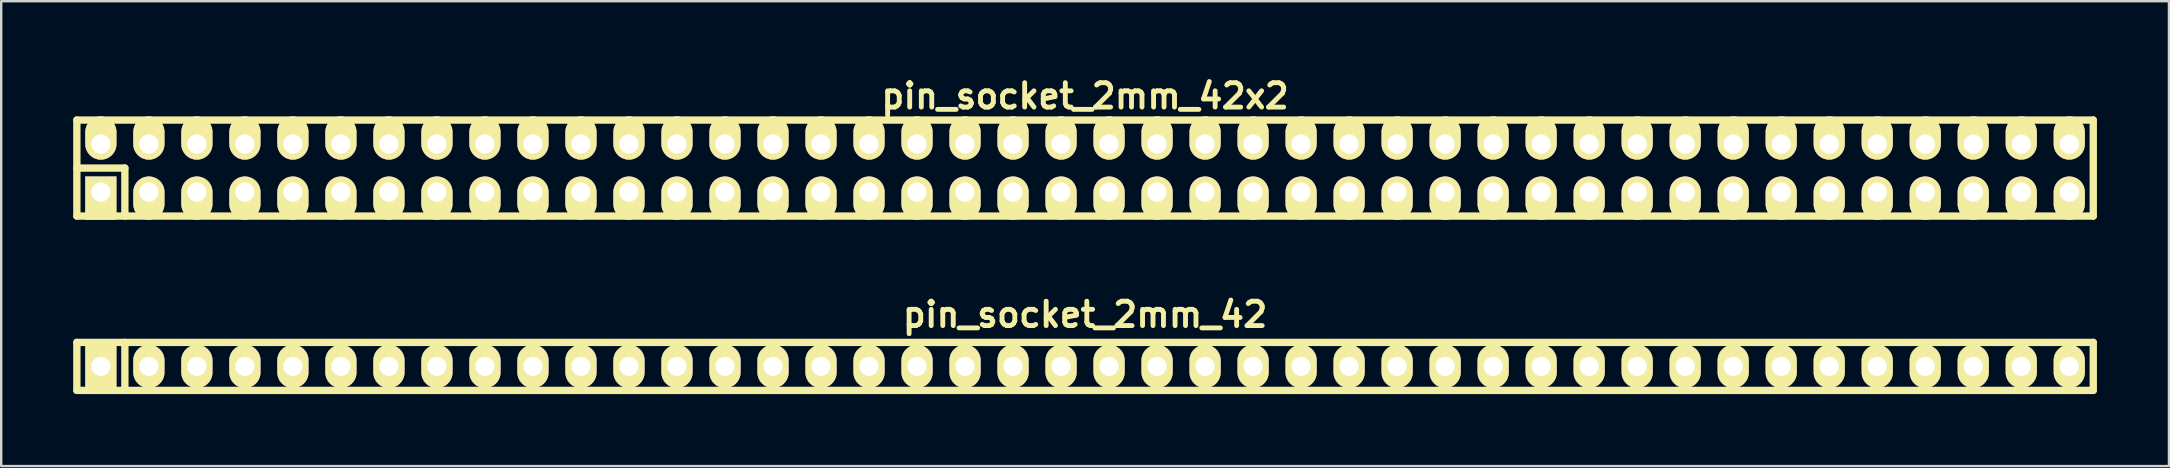
<source format=kicad_pcb>
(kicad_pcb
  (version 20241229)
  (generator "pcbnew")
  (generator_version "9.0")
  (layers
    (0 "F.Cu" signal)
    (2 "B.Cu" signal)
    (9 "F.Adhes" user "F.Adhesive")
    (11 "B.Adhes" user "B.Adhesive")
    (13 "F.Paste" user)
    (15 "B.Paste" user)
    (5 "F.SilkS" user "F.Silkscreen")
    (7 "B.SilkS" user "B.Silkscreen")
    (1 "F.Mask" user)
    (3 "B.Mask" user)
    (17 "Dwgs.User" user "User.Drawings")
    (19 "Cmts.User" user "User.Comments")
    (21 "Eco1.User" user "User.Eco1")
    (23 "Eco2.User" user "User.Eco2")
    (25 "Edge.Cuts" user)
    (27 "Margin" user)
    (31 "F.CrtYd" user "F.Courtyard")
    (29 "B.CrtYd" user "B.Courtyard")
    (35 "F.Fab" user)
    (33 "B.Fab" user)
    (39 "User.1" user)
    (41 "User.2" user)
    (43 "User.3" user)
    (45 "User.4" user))
  (footprint "pin_socket_2mm_42"
    (layer "F.Cu")
    (at 42.152 12.213)
    (property "Reference" "pin_socket_2mm_42" (at 0 -2.159 0) (layer "F.SilkS") (effects (font (size 1.016 1.016) (thickness 0.203))))
    (attr through_hole)
    (fp_line (start -42 -1) (end 42 -1) (stroke (width 0.305) (type solid)) (layer "F.SilkS"))
    (fp_line (start -42 1) (end -42 -1) (stroke (width 0.305) (type solid)) (layer "F.SilkS"))
    (fp_line (start -40 -1) (end -40 1) (stroke (width 0.305) (type solid)) (layer "F.SilkS"))
    (fp_line (start 42 -1) (end 42 1) (stroke (width 0.305) (type solid)) (layer "F.SilkS"))
    (fp_line (start 42 1) (end -42 1) (stroke (width 0.305) (type solid)) (layer "F.SilkS"))
    (pad "1" thru_hole rect (at -41 0) (size 1.3 1.8) (drill 0.8) (layers "*.Cu" "*.Mask" "F.SilkS"))
    (pad "2" thru_hole oval (at -39 0) (size 1.3 1.8) (drill 0.8) (layers "*.Cu" "*.Mask" "F.SilkS"))
    (pad "3" thru_hole oval (at -37 0) (size 1.3 1.8) (drill 0.8) (layers "*.Cu" "*.Mask" "F.SilkS"))
    (pad "4" thru_hole oval (at -35 0) (size 1.3 1.8) (drill 0.8) (layers "*.Cu" "*.Mask" "F.SilkS"))
    (pad "5" thru_hole oval (at -33 0) (size 1.3 1.8) (drill 0.8) (layers "*.Cu" "*.Mask" "F.SilkS"))
    (pad "6" thru_hole oval (at -31 0) (size 1.3 1.8) (drill 0.8) (layers "*.Cu" "*.Mask" "F.SilkS"))
    (pad "7" thru_hole oval (at -29 0) (size 1.3 1.8) (drill 0.8) (layers "*.Cu" "*.Mask" "F.SilkS"))
    (pad "8" thru_hole oval (at -27 0) (size 1.3 1.8) (drill 0.8) (layers "*.Cu" "*.Mask" "F.SilkS"))
    (pad "9" thru_hole oval (at -25 0) (size 1.3 1.8) (drill 0.8) (layers "*.Cu" "*.Mask" "F.SilkS"))
    (pad "10" thru_hole oval (at -23 0) (size 1.3 1.8) (drill 0.8) (layers "*.Cu" "*.Mask" "F.SilkS"))
    (pad "11" thru_hole oval (at -21 0) (size 1.3 1.8) (drill 0.8) (layers "*.Cu" "*.Mask" "F.SilkS"))
    (pad "12" thru_hole oval (at -19 0) (size 1.3 1.8) (drill 0.8) (layers "*.Cu" "*.Mask" "F.SilkS"))
    (pad "13" thru_hole oval (at -17 0) (size 1.3 1.8) (drill 0.8) (layers "*.Cu" "*.Mask" "F.SilkS"))
    (pad "14" thru_hole oval (at -15 0) (size 1.3 1.8) (drill 0.8) (layers "*.Cu" "*.Mask" "F.SilkS"))
    (pad "15" thru_hole oval (at -13 0) (size 1.3 1.8) (drill 0.8) (layers "*.Cu" "*.Mask" "F.SilkS"))
    (pad "16" thru_hole oval (at -11 0) (size 1.3 1.8) (drill 0.8) (layers "*.Cu" "*.Mask" "F.SilkS"))
    (pad "17" thru_hole oval (at -9 0) (size 1.3 1.8) (drill 0.8) (layers "*.Cu" "*.Mask" "F.SilkS"))
    (pad "18" thru_hole oval (at -7 0) (size 1.3 1.8) (drill 0.8) (layers "*.Cu" "*.Mask" "F.SilkS"))
    (pad "19" thru_hole oval (at -5 0) (size 1.3 1.8) (drill 0.8) (layers "*.Cu" "*.Mask" "F.SilkS"))
    (pad "20" thru_hole oval (at -3 0) (size 1.3 1.8) (drill 0.8) (layers "*.Cu" "*.Mask" "F.SilkS"))
    (pad "21" thru_hole oval (at -1 0) (size 1.3 1.8) (drill 0.8) (layers "*.Cu" "*.Mask" "F.SilkS"))
    (pad "22" thru_hole oval (at 1 0) (size 1.3 1.8) (drill 0.8) (layers "*.Cu" "*.Mask" "F.SilkS"))
    (pad "23" thru_hole oval (at 3 0) (size 1.3 1.8) (drill 0.8) (layers "*.Cu" "*.Mask" "F.SilkS"))
    (pad "24" thru_hole oval (at 5 0) (size 1.3 1.8) (drill 0.8) (layers "*.Cu" "*.Mask" "F.SilkS"))
    (pad "25" thru_hole oval (at 7 0) (size 1.3 1.8) (drill 0.8) (layers "*.Cu" "*.Mask" "F.SilkS"))
    (pad "26" thru_hole oval (at 9 0) (size 1.3 1.8) (drill 0.8) (layers "*.Cu" "*.Mask" "F.SilkS"))
    (pad "27" thru_hole oval (at 11 0) (size 1.3 1.8) (drill 0.8) (layers "*.Cu" "*.Mask" "F.SilkS"))
    (pad "28" thru_hole oval (at 13 0) (size 1.3 1.8) (drill 0.8) (layers "*.Cu" "*.Mask" "F.SilkS"))
    (pad "29" thru_hole oval (at 15 0) (size 1.3 1.8) (drill 0.8) (layers "*.Cu" "*.Mask" "F.SilkS"))
    (pad "30" thru_hole oval (at 17 0) (size 1.3 1.8) (drill 0.8) (layers "*.Cu" "*.Mask" "F.SilkS"))
    (pad "31" thru_hole oval (at 19 0) (size 1.3 1.8) (drill 0.8) (layers "*.Cu" "*.Mask" "F.SilkS"))
    (pad "32" thru_hole oval (at 21 0) (size 1.3 1.8) (drill 0.8) (layers "*.Cu" "*.Mask" "F.SilkS"))
    (pad "33" thru_hole oval (at 23 0) (size 1.3 1.8) (drill 0.8) (layers "*.Cu" "*.Mask" "F.SilkS"))
    (pad "34" thru_hole oval (at 25 0) (size 1.3 1.8) (drill 0.8) (layers "*.Cu" "*.Mask" "F.SilkS"))
    (pad "35" thru_hole oval (at 27 0) (size 1.3 1.8) (drill 0.8) (layers "*.Cu" "*.Mask" "F.SilkS"))
    (pad "36" thru_hole oval (at 29 0) (size 1.3 1.8) (drill 0.8) (layers "*.Cu" "*.Mask" "F.SilkS"))
    (pad "37" thru_hole oval (at 31 0) (size 1.3 1.8) (drill 0.8) (layers "*.Cu" "*.Mask" "F.SilkS"))
    (pad "38" thru_hole oval (at 33 0) (size 1.3 1.8) (drill 0.8) (layers "*.Cu" "*.Mask" "F.SilkS"))
    (pad "39" thru_hole oval (at 35 0) (size 1.3 1.8) (drill 0.8) (layers "*.Cu" "*.Mask" "F.SilkS"))
    (pad "40" thru_hole oval (at 37 0) (size 1.3 1.8) (drill 0.8) (layers "*.Cu" "*.Mask" "F.SilkS"))
    (pad "41" thru_hole oval (at 39 0) (size 1.3 1.8) (drill 0.8) (layers "*.Cu" "*.Mask" "F.SilkS"))
    (pad "42" thru_hole oval (at 41 0) (size 1.3 1.8) (drill 0.8) (layers "*.Cu" "*.Mask" "F.SilkS")))
  (footprint "pin_socket_2mm_42x2"
    (layer "F.Cu")
    (at 42.152 3.951)
    (property "Reference" "pin_socket_2mm_42x2" (at 0 -3 0) (layer "F.SilkS") (effects (font (size 1.016 1.016) (thickness 0.203))))
    (attr through_hole)
    (fp_line (start -42 -2) (end 42 -2) (stroke (width 0.305) (type solid)) (layer "F.SilkS"))
    (fp_line (start -42 0) (end -40 0) (stroke (width 0.305) (type solid)) (layer "F.SilkS"))
    (fp_line (start -42 2) (end -42 -2) (stroke (width 0.305) (type solid)) (layer "F.SilkS"))
    (fp_line (start -40 0) (end -40 2) (stroke (width 0.305) (type solid)) (layer "F.SilkS"))
    (fp_line (start 42 -2) (end 42 2) (stroke (width 0.305) (type solid)) (layer "F.SilkS"))
    (fp_line (start 42 2) (end -42 2) (stroke (width 0.305) (type solid)) (layer "F.SilkS"))
    (pad "1" thru_hole rect (at -41 1) (size 1.3 1.8) (drill 0.8 (offset 0 0.25)) (layers "*.Cu" "*.Mask" "F.SilkS"))
    (pad "2" thru_hole oval (at -41 -1) (size 1.3 1.8) (drill 0.8 (offset 0 -0.25)) (layers "*.Cu" "*.Mask" "F.SilkS"))
    (pad "3" thru_hole oval (at -39 1) (size 1.3 1.8) (drill 0.8 (offset 0 0.25)) (layers "*.Cu" "*.Mask" "F.SilkS"))
    (pad "4" thru_hole oval (at -39 -1) (size 1.3 1.8) (drill 0.8 (offset 0 -0.25)) (layers "*.Cu" "*.Mask" "F.SilkS"))
    (pad "5" thru_hole oval (at -37 1) (size 1.3 1.8) (drill 0.8 (offset 0 0.25)) (layers "*.Cu" "*.Mask" "F.SilkS"))
    (pad "6" thru_hole oval (at -37 -1) (size 1.3 1.8) (drill 0.8 (offset 0 -0.25)) (layers "*.Cu" "*.Mask" "F.SilkS"))
    (pad "7" thru_hole oval (at -35 1) (size 1.3 1.8) (drill 0.8 (offset 0 0.25)) (layers "*.Cu" "*.Mask" "F.SilkS"))
    (pad "8" thru_hole oval (at -35 -1) (size 1.3 1.8) (drill 0.8 (offset 0 -0.25)) (layers "*.Cu" "*.Mask" "F.SilkS"))
    (pad "9" thru_hole oval (at -33 1) (size 1.3 1.8) (drill 0.8 (offset 0 0.25)) (layers "*.Cu" "*.Mask" "F.SilkS"))
    (pad "10" thru_hole oval (at -33 -1) (size 1.3 1.8) (drill 0.8 (offset 0 -0.25)) (layers "*.Cu" "*.Mask" "F.SilkS"))
    (pad "11" thru_hole oval (at -31 1) (size 1.3 1.8) (drill 0.8 (offset 0 0.25)) (layers "*.Cu" "*.Mask" "F.SilkS"))
    (pad "12" thru_hole oval (at -31 -1) (size 1.3 1.8) (drill 0.8 (offset 0 -0.25)) (layers "*.Cu" "*.Mask" "F.SilkS"))
    (pad "13" thru_hole oval (at -29 1) (size 1.3 1.8) (drill 0.8 (offset 0 0.25)) (layers "*.Cu" "*.Mask" "F.SilkS"))
    (pad "14" thru_hole oval (at -29 -1) (size 1.3 1.8) (drill 0.8 (offset 0 -0.25)) (layers "*.Cu" "*.Mask" "F.SilkS"))
    (pad "15" thru_hole oval (at -27 1) (size 1.3 1.8) (drill 0.8 (offset 0 0.25)) (layers "*.Cu" "*.Mask" "F.SilkS"))
    (pad "16" thru_hole oval (at -27 -1) (size 1.3 1.8) (drill 0.8 (offset 0 -0.25)) (layers "*.Cu" "*.Mask" "F.SilkS"))
    (pad "17" thru_hole oval (at -25 1) (size 1.3 1.8) (drill 0.8 (offset 0 0.25)) (layers "*.Cu" "*.Mask" "F.SilkS"))
    (pad "18" thru_hole oval (at -25 -1) (size 1.3 1.8) (drill 0.8 (offset 0 -0.25)) (layers "*.Cu" "*.Mask" "F.SilkS"))
    (pad "19" thru_hole oval (at -23 1) (size 1.3 1.8) (drill 0.8 (offset 0 0.25)) (layers "*.Cu" "*.Mask" "F.SilkS"))
    (pad "20" thru_hole oval (at -23 -1) (size 1.3 1.8) (drill 0.8 (offset 0 -0.25)) (layers "*.Cu" "*.Mask" "F.SilkS"))
    (pad "21" thru_hole oval (at -21 1) (size 1.3 1.8) (drill 0.8 (offset 0 0.25)) (layers "*.Cu" "*.Mask" "F.SilkS"))
    (pad "22" thru_hole oval (at -21 -1) (size 1.3 1.8) (drill 0.8 (offset 0 -0.25)) (layers "*.Cu" "*.Mask" "F.SilkS"))
    (pad "23" thru_hole oval (at -19 1) (size 1.3 1.8) (drill 0.8 (offset 0 0.25)) (layers "*.Cu" "*.Mask" "F.SilkS"))
    (pad "24" thru_hole oval (at -19 -1) (size 1.3 1.8) (drill 0.8 (offset 0 -0.25)) (layers "*.Cu" "*.Mask" "F.SilkS"))
    (pad "25" thru_hole oval (at -17 1) (size 1.3 1.8) (drill 0.8 (offset 0 0.25)) (layers "*.Cu" "*.Mask" "F.SilkS"))
    (pad "26" thru_hole oval (at -17 -1) (size 1.3 1.8) (drill 0.8 (offset 0 -0.25)) (layers "*.Cu" "*.Mask" "F.SilkS"))
    (pad "27" thru_hole oval (at -15 1) (size 1.3 1.8) (drill 0.8 (offset 0 0.25)) (layers "*.Cu" "*.Mask" "F.SilkS"))
    (pad "28" thru_hole oval (at -15 -1) (size 1.3 1.8) (drill 0.8 (offset 0 -0.25)) (layers "*.Cu" "*.Mask" "F.SilkS"))
    (pad "29" thru_hole oval (at -13 1) (size 1.3 1.8) (drill 0.8 (offset 0 0.25)) (layers "*.Cu" "*.Mask" "F.SilkS"))
    (pad "30" thru_hole oval (at -13 -1) (size 1.3 1.8) (drill 0.8 (offset 0 -0.25)) (layers "*.Cu" "*.Mask" "F.SilkS"))
    (pad "31" thru_hole oval (at -11 1) (size 1.3 1.8) (drill 0.8 (offset 0 0.25)) (layers "*.Cu" "*.Mask" "F.SilkS"))
    (pad "32" thru_hole oval (at -11 -1) (size 1.3 1.8) (drill 0.8 (offset 0 -0.25)) (layers "*.Cu" "*.Mask" "F.SilkS"))
    (pad "33" thru_hole oval (at -9 1) (size 1.3 1.8) (drill 0.8 (offset 0 0.25)) (layers "*.Cu" "*.Mask" "F.SilkS"))
    (pad "34" thru_hole oval (at -9 -1) (size 1.3 1.8) (drill 0.8 (offset 0 -0.25)) (layers "*.Cu" "*.Mask" "F.SilkS"))
    (pad "35" thru_hole oval (at -7 1) (size 1.3 1.8) (drill 0.8 (offset 0 0.25)) (layers "*.Cu" "*.Mask" "F.SilkS"))
    (pad "36" thru_hole oval (at -7 -1) (size 1.3 1.8) (drill 0.8 (offset 0 -0.25)) (layers "*.Cu" "*.Mask" "F.SilkS"))
    (pad "37" thru_hole oval (at -5 1) (size 1.3 1.8) (drill 0.8 (offset 0 0.25)) (layers "*.Cu" "*.Mask" "F.SilkS"))
    (pad "38" thru_hole oval (at -5 -1) (size 1.3 1.8) (drill 0.8 (offset 0 -0.25)) (layers "*.Cu" "*.Mask" "F.SilkS"))
    (pad "39" thru_hole oval (at -3 1) (size 1.3 1.8) (drill 0.8 (offset 0 0.25)) (layers "*.Cu" "*.Mask" "F.SilkS"))
    (pad "40" thru_hole oval (at -3 -1) (size 1.3 1.8) (drill 0.8 (offset 0 -0.25)) (layers "*.Cu" "*.Mask" "F.SilkS"))
    (pad "41" thru_hole oval (at -1 1) (size 1.3 1.8) (drill 0.8 (offset 0 0.25)) (layers "*.Cu" "*.Mask" "F.SilkS"))
    (pad "42" thru_hole oval (at -1 -1) (size 1.3 1.8) (drill 0.8 (offset 0 -0.25)) (layers "*.Cu" "*.Mask" "F.SilkS"))
    (pad "43" thru_hole oval (at 1 1) (size 1.3 1.8) (drill 0.8 (offset 0 0.25)) (layers "*.Cu" "*.Mask" "F.SilkS"))
    (pad "44" thru_hole oval (at 1 -1) (size 1.3 1.8) (drill 0.8 (offset 0 -0.25)) (layers "*.Cu" "*.Mask" "F.SilkS"))
    (pad "45" thru_hole oval (at 3 1) (size 1.3 1.8) (drill 0.8 (offset 0 0.25)) (layers "*.Cu" "*.Mask" "F.SilkS"))
    (pad "46" thru_hole oval (at 3 -1) (size 1.3 1.8) (drill 0.8 (offset 0 -0.25)) (layers "*.Cu" "*.Mask" "F.SilkS"))
    (pad "47" thru_hole oval (at 5 1) (size 1.3 1.8) (drill 0.8 (offset 0 0.25)) (layers "*.Cu" "*.Mask" "F.SilkS"))
    (pad "48" thru_hole oval (at 5 -1) (size 1.3 1.8) (drill 0.8 (offset 0 -0.25)) (layers "*.Cu" "*.Mask" "F.SilkS"))
    (pad "49" thru_hole oval (at 7 1) (size 1.3 1.8) (drill 0.8 (offset 0 0.25)) (layers "*.Cu" "*.Mask" "F.SilkS"))
    (pad "50" thru_hole oval (at 7 -1) (size 1.3 1.8) (drill 0.8 (offset 0 -0.25)) (layers "*.Cu" "*.Mask" "F.SilkS"))
    (pad "51" thru_hole oval (at 9 1) (size 1.3 1.8) (drill 0.8 (offset 0 0.25)) (layers "*.Cu" "*.Mask" "F.SilkS"))
    (pad "52" thru_hole oval (at 9 -1) (size 1.3 1.8) (drill 0.8 (offset 0 -0.25)) (layers "*.Cu" "*.Mask" "F.SilkS"))
    (pad "53" thru_hole oval (at 11 1) (size 1.3 1.8) (drill 0.8 (offset 0 0.25)) (layers "*.Cu" "*.Mask" "F.SilkS"))
    (pad "54" thru_hole oval (at 11 -1) (size 1.3 1.8) (drill 0.8 (offset 0 -0.25)) (layers "*.Cu" "*.Mask" "F.SilkS"))
    (pad "55" thru_hole oval (at 13 1) (size 1.3 1.8) (drill 0.8 (offset 0 0.25)) (layers "*.Cu" "*.Mask" "F.SilkS"))
    (pad "56" thru_hole oval (at 13 -1) (size 1.3 1.8) (drill 0.8 (offset 0 -0.25)) (layers "*.Cu" "*.Mask" "F.SilkS"))
    (pad "57" thru_hole oval (at 15 1) (size 1.3 1.8) (drill 0.8 (offset 0 0.25)) (layers "*.Cu" "*.Mask" "F.SilkS"))
    (pad "58" thru_hole oval (at 15 -1) (size 1.3 1.8) (drill 0.8 (offset 0 -0.25)) (layers "*.Cu" "*.Mask" "F.SilkS"))
    (pad "59" thru_hole oval (at 17 1) (size 1.3 1.8) (drill 0.8 (offset 0 0.25)) (layers "*.Cu" "*.Mask" "F.SilkS"))
    (pad "60" thru_hole oval (at 17 -1) (size 1.3 1.8) (drill 0.8 (offset 0 -0.25)) (layers "*.Cu" "*.Mask" "F.SilkS"))
    (pad "61" thru_hole oval (at 19 1) (size 1.3 1.8) (drill 0.8 (offset 0 0.25)) (layers "*.Cu" "*.Mask" "F.SilkS"))
    (pad "62" thru_hole oval (at 19 -1) (size 1.3 1.8) (drill 0.8 (offset 0 -0.25)) (layers "*.Cu" "*.Mask" "F.SilkS"))
    (pad "63" thru_hole oval (at 21 1) (size 1.3 1.8) (drill 0.8 (offset 0 0.25)) (layers "*.Cu" "*.Mask" "F.SilkS"))
    (pad "64" thru_hole oval (at 21 -1) (size 1.3 1.8) (drill 0.8 (offset 0 -0.25)) (layers "*.Cu" "*.Mask" "F.SilkS"))
    (pad "65" thru_hole oval (at 23 1) (size 1.3 1.8) (drill 0.8 (offset 0 0.25)) (layers "*.Cu" "*.Mask" "F.SilkS"))
    (pad "66" thru_hole oval (at 23 -1) (size 1.3 1.8) (drill 0.8 (offset 0 -0.25)) (layers "*.Cu" "*.Mask" "F.SilkS"))
    (pad "67" thru_hole oval (at 25 1) (size 1.3 1.8) (drill 0.8 (offset 0 0.25)) (layers "*.Cu" "*.Mask" "F.SilkS"))
    (pad "68" thru_hole oval (at 25 -1) (size 1.3 1.8) (drill 0.8 (offset 0 -0.25)) (layers "*.Cu" "*.Mask" "F.SilkS"))
    (pad "69" thru_hole oval (at 27 1) (size 1.3 1.8) (drill 0.8 (offset 0 0.25)) (layers "*.Cu" "*.Mask" "F.SilkS"))
    (pad "70" thru_hole oval (at 27 -1) (size 1.3 1.8) (drill 0.8 (offset 0 -0.25)) (layers "*.Cu" "*.Mask" "F.SilkS"))
    (pad "71" thru_hole oval (at 29 1) (size 1.3 1.8) (drill 0.8 (offset 0 0.25)) (layers "*.Cu" "*.Mask" "F.SilkS"))
    (pad "72" thru_hole oval (at 29 -1) (size 1.3 1.8) (drill 0.8 (offset 0 -0.25)) (layers "*.Cu" "*.Mask" "F.SilkS"))
    (pad "73" thru_hole oval (at 31 1) (size 1.3 1.8) (drill 0.8 (offset 0 0.25)) (layers "*.Cu" "*.Mask" "F.SilkS"))
    (pad "74" thru_hole oval (at 31 -1) (size 1.3 1.8) (drill 0.8 (offset 0 -0.25)) (layers "*.Cu" "*.Mask" "F.SilkS"))
    (pad "75" thru_hole oval (at 33 1) (size 1.3 1.8) (drill 0.8 (offset 0 0.25)) (layers "*.Cu" "*.Mask" "F.SilkS"))
    (pad "76" thru_hole oval (at 33 -1) (size 1.3 1.8) (drill 0.8 (offset 0 -0.25)) (layers "*.Cu" "*.Mask" "F.SilkS"))
    (pad "77" thru_hole oval (at 35 1) (size 1.3 1.8) (drill 0.8 (offset 0 0.25)) (layers "*.Cu" "*.Mask" "F.SilkS"))
    (pad "78" thru_hole oval (at 35 -1) (size 1.3 1.8) (drill 0.8 (offset 0 -0.25)) (layers "*.Cu" "*.Mask" "F.SilkS"))
    (pad "79" thru_hole oval (at 37 1) (size 1.3 1.8) (drill 0.8 (offset 0 0.25)) (layers "*.Cu" "*.Mask" "F.SilkS"))
    (pad "80" thru_hole oval (at 37 -1) (size 1.3 1.8) (drill 0.8 (offset 0 -0.25)) (layers "*.Cu" "*.Mask" "F.SilkS"))
    (pad "81" thru_hole oval (at 39 1) (size 1.3 1.8) (drill 0.8 (offset 0 0.25)) (layers "*.Cu" "*.Mask" "F.SilkS"))
    (pad "82" thru_hole oval (at 39 -1) (size 1.3 1.8) (drill 0.8 (offset 0 -0.25)) (layers "*.Cu" "*.Mask" "F.SilkS"))
    (pad "83" thru_hole oval (at 41 1) (size 1.3 1.8) (drill 0.8 (offset 0 0.25)) (layers "*.Cu" "*.Mask" "F.SilkS"))
    (pad "84" thru_hole oval (at 41 -1) (size 1.3 1.8) (drill 0.8 (offset 0 -0.25)) (layers "*.Cu" "*.Mask" "F.SilkS")))
  (gr_rect
    (start -3 -3)
    (end 87.305 16.366)
    (stroke (width 0.1) (type default))
    (fill no)
    (layer "Edge.Cuts")))
</source>
